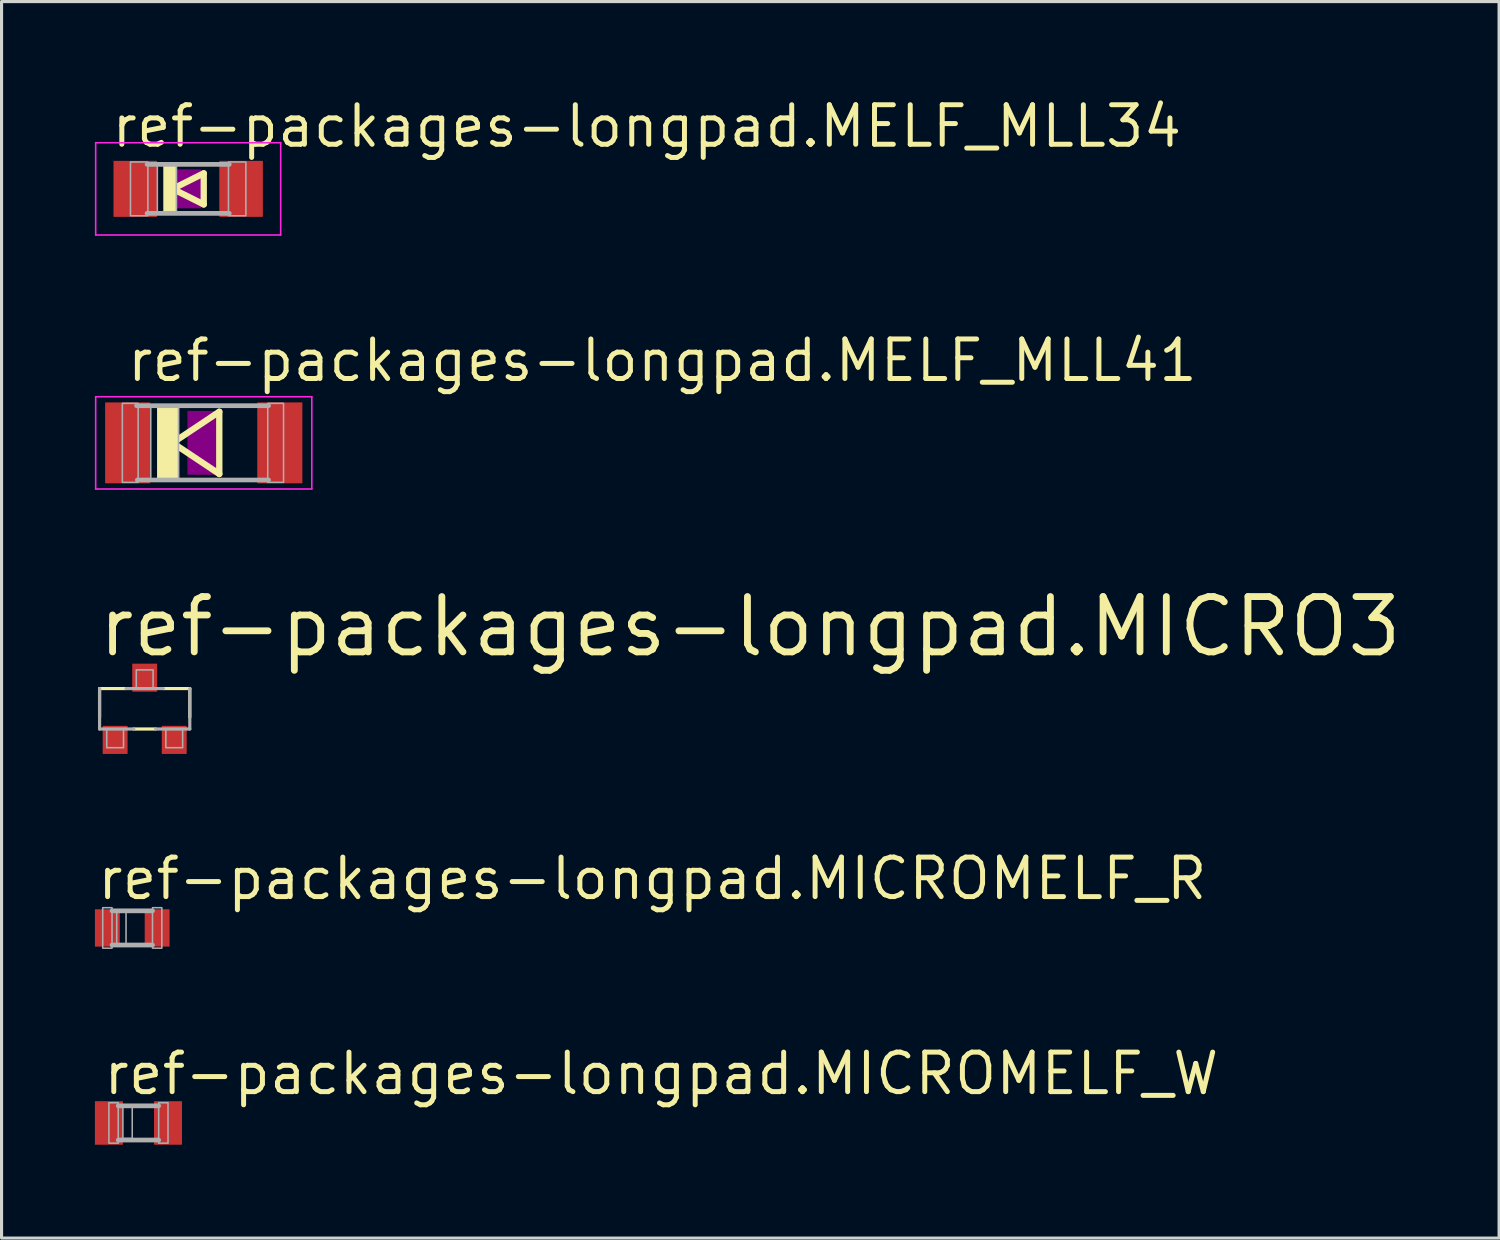
<source format=kicad_pcb>
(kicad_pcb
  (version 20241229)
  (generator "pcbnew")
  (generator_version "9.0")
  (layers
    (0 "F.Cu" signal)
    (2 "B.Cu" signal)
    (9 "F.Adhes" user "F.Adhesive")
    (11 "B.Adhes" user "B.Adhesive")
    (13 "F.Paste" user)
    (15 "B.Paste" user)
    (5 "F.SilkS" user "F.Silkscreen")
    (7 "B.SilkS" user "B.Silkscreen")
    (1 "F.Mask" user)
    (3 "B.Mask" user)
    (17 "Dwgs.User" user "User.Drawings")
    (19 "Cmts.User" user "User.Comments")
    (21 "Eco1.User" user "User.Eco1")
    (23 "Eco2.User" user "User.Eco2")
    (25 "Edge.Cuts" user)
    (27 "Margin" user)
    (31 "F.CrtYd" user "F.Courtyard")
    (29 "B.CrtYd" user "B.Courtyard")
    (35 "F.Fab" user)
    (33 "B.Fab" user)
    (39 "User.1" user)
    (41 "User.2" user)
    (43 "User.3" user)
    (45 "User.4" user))
  (footprint "ref-packages-longpad.MELF_MLL41"
    (layer "F.Cu")
    (at 3.498 11.183)
    (property "Reference" "ref-packages-longpad.MELF_MLL41" (at -2.54 -1.905 0) (layer "F.SilkS") (effects (font (size 1.27 1.27) (thickness 0.16)) (justify left bottom)))
    (attr smd)
    (fp_line (start -1 0) (end 0.5 1) (stroke (width 0.203) (type default)) (layer "F.SilkS"))
    (fp_line (start 0.5 -1) (end -1 0) (stroke (width 0.203) (type default)) (layer "F.SilkS"))
    (fp_line (start 0.5 1) (end 0.5 -1) (stroke (width 0.203) (type default)) (layer "F.SilkS"))
    (fp_rect (start -1.475 1.194) (end -0.813 -1.194) (stroke (width 0.05) (type default)) (fill yes) (layer "F.SilkS"))
    (fp_rect (start -0.5 1) (end 0.5 -1) (stroke (width 0.05) (type default)) (fill yes) (layer "F.Adhes"))
    (fp_line (start -3.473 -1.483) (end 3.473 -1.483) (stroke (width 0.051) (type default)) (layer "F.CrtYd"))
    (fp_line (start -3.473 1.483) (end -3.473 -1.483) (stroke (width 0.051) (type default)) (layer "F.CrtYd"))
    (fp_line (start 3.473 -1.483) (end 3.473 1.483) (stroke (width 0.051) (type default)) (layer "F.CrtYd"))
    (fp_line (start 3.473 1.483) (end -3.473 1.483) (stroke (width 0.051) (type default)) (layer "F.CrtYd"))
    (fp_line (start 2.083 -1.194) (end -2.159 -1.194) (stroke (width 0.152) (type default)) (layer "F.Fab"))
    (fp_line (start 2.083 1.194) (end -2.134 1.194) (stroke (width 0.152) (type default)) (layer "F.Fab"))
    (fp_rect (start -2.616 1.27) (end -2.108 -1.27) (stroke (width 0.05) (type default)) (fill no) (layer "F.Fab"))
    (fp_rect (start -1.702 1.194) (end -0.813 -1.194) (stroke (width 0.05) (type default)) (fill no) (layer "F.Fab"))
    (fp_rect (start 2.057 1.27) (end 2.565 -1.27) (stroke (width 0.05) (type default)) (fill no) (layer "F.Fab"))
    (pad "1" smd roundrect (at -2.445 0) (size 1.45 2.6) (layers "F.Cu" "F.Mask" "F.Paste") (roundrect_rratio 0.01))
    (pad "2" smd roundrect (at 2.445 0) (size 1.45 2.6) (layers "F.Cu" "F.Mask" "F.Paste") (roundrect_rratio 0.01)))
  (footprint "ref-packages-longpad.MICRO3"
    (layer "F.Cu")
    (at 1.6 19.73)
    (property "Reference" "ref-packages-longpad.MICRO3" (at -1.6 -1.6 0) (layer "F.SilkS") (effects (font (size 1.778 1.778) (thickness 0.22)) (justify left bottom)))
    (attr smd)
    (fp_line (start -1.45 -0.65) (end -0.6 -0.65) (stroke (width 0.102) (type default)) (layer "F.SilkS"))
    (fp_line (start -1.45 0.269) (end -1.45 -0.65) (stroke (width 0.102) (type default)) (layer "F.SilkS"))
    (fp_line (start 0.35 0.65) (end -0.35 0.65) (stroke (width 0.102) (type default)) (layer "F.SilkS"))
    (fp_line (start 0.6 -0.65) (end 1.45 -0.65) (stroke (width 0.102) (type default)) (layer "F.SilkS"))
    (fp_line (start 1.45 -0.65) (end 1.45 0.269) (stroke (width 0.102) (type default)) (layer "F.SilkS"))
    (fp_line (start -1.45 0.65) (end -1.45 -0.65) (stroke (width 0.102) (type default)) (layer "F.Fab"))
    (fp_line (start -0.6 -0.65) (end 0.6 -0.65) (stroke (width 0.102) (type default)) (layer "F.Fab"))
    (fp_line (start -0.35 0.65) (end -1.45 0.65) (stroke (width 0.102) (type default)) (layer "F.Fab"))
    (fp_line (start 1.45 -0.65) (end 1.45 0.65) (stroke (width 0.102) (type default)) (layer "F.Fab"))
    (fp_line (start 1.45 0.65) (end 0.35 0.65) (stroke (width 0.102) (type default)) (layer "F.Fab"))
    (fp_rect (start -1.22 1.25) (end -0.68 0.65) (stroke (width 0.05) (type default)) (fill no) (layer "F.Fab"))
    (fp_rect (start -0.27 -0.66) (end 0.27 -1.25) (stroke (width 0.05) (type default)) (fill no) (layer "F.Fab"))
    (fp_rect (start 0.68 1.25) (end 1.22 0.64) (stroke (width 0.05) (type default)) (fill no) (layer "F.Fab"))
    (pad "1" smd roundrect (at -0.95 1) (size 0.8 0.9) (layers "F.Cu" "F.Mask" "F.Paste") (roundrect_rratio 0.01))
    (pad "2" smd roundrect (at 0.95 1) (size 0.8 0.9) (layers "F.Cu" "F.Mask" "F.Paste") (roundrect_rratio 0.01))
    (pad "3" smd roundrect (at 0 -1) (size 0.8 0.9) (layers "F.Cu" "F.Mask" "F.Paste") (roundrect_rratio 0.01)))
  (footprint "ref-packages-longpad.MICROMELF_R"
    (layer "F.Cu")
    (at 1.201 26.773)
    (property "Reference" "ref-packages-longpad.MICROMELF_R" (at -1.201 -0.843 0) (layer "F.SilkS") (effects (font (size 1.27 1.27) (thickness 0.16)) (justify left bottom)))
    (attr smd)
    (fp_line (start -0.65 -0.55) (end 0.65 -0.55) (stroke (width 0.152) (type default)) (layer "F.Fab"))
    (fp_line (start -0.65 0.55) (end 0.65 0.55) (stroke (width 0.152) (type default)) (layer "F.Fab"))
    (fp_rect (start -0.95 0.65) (end -0.65 -0.65) (stroke (width 0.05) (type default)) (fill no) (layer "F.Fab"))
    (fp_rect (start -0.5 0.55) (end -0.2 -0.55) (stroke (width 0.05) (type default)) (fill no) (layer "F.Fab"))
    (fp_rect (start 0.65 0.65) (end 0.95 -0.65) (stroke (width 0.05) (type default)) (fill no) (layer "F.Fab"))
    (pad "A" smd roundrect (at 0.8 0) (size 0.8 1.2) (layers "F.Cu" "F.Mask" "F.Paste") (roundrect_rratio 0.01))
    (pad "C" smd roundrect (at -0.8 0) (size 0.8 1.2) (layers "F.Cu" "F.Mask" "F.Paste") (roundrect_rratio 0.01)))
  (footprint "ref-packages-longpad.MICROMELF_W"
    (layer "F.Cu")
    (at 1.4 33.041)
    (property "Reference" "ref-packages-longpad.MICROMELF_W" (at -1.201 -0.843 0) (layer "F.SilkS") (effects (font (size 1.27 1.27) (thickness 0.16)) (justify left bottom)))
    (attr smd)
    (fp_line (start -0.65 -0.55) (end 0.65 -0.55) (stroke (width 0.152) (type default)) (layer "F.Fab"))
    (fp_line (start -0.65 0.55) (end 0.65 0.55) (stroke (width 0.152) (type default)) (layer "F.Fab"))
    (fp_rect (start -0.95 0.65) (end -0.65 -0.65) (stroke (width 0.05) (type default)) (fill no) (layer "F.Fab"))
    (fp_rect (start -0.5 0.5) (end -0.2 -0.55) (stroke (width 0.05) (type default)) (fill no) (layer "F.Fab"))
    (fp_rect (start 0.65 0.65) (end 0.95 -0.65) (stroke (width 0.05) (type default)) (fill no) (layer "F.Fab"))
    (pad "A" smd roundrect (at 0.95 0) (size 0.9 1.4) (layers "F.Cu" "F.Mask" "F.Paste") (roundrect_rratio 0.01))
    (pad "C" smd roundrect (at -0.95 0) (size 0.9 1.4) (layers "F.Cu" "F.Mask" "F.Paste") (roundrect_rratio 0.01)))
  (footprint "ref-packages-longpad.MELF_MLL34"
    (layer "F.Cu")
    (at 2.998 3.02)
    (property "Reference" "ref-packages-longpad.MELF_MLL34" (at -2.54 -1.27 0) (layer "F.SilkS") (effects (font (size 1.27 1.27) (thickness 0.16)) (justify left bottom)))
    (attr smd)
    (fp_line (start -0.5 0) (end 0.5 0.5) (stroke (width 0.203) (type default)) (layer "F.SilkS"))
    (fp_line (start 0.5 -0.5) (end -0.5 0) (stroke (width 0.203) (type default)) (layer "F.SilkS"))
    (fp_line (start 0.5 0.5) (end 0.5 -0.5) (stroke (width 0.203) (type default)) (layer "F.SilkS"))
    (fp_rect (start -0.775 0.787) (end -0.381 -0.787) (stroke (width 0.05) (type default)) (fill yes) (layer "F.SilkS"))
    (fp_rect (start -0.5 0.6) (end 0.4 -0.6) (stroke (width 0.05) (type default)) (fill yes) (layer "F.Adhes"))
    (fp_line (start -2.973 -1.483) (end 2.973 -1.483) (stroke (width 0.051) (type default)) (layer "F.CrtYd"))
    (fp_line (start -2.973 1.483) (end -2.973 -1.483) (stroke (width 0.051) (type default)) (layer "F.CrtYd"))
    (fp_line (start 2.973 -1.483) (end 2.973 1.483) (stroke (width 0.051) (type default)) (layer "F.CrtYd"))
    (fp_line (start 2.973 1.483) (end -2.973 1.483) (stroke (width 0.051) (type default)) (layer "F.CrtYd"))
    (fp_line (start 1.321 -0.787) (end -1.321 -0.787) (stroke (width 0.152) (type default)) (layer "F.Fab"))
    (fp_line (start 1.321 0.787) (end -1.321 0.787) (stroke (width 0.152) (type default)) (layer "F.Fab"))
    (fp_rect (start -1.854 0.864) (end -1.295 -0.864) (stroke (width 0.05) (type default)) (fill no) (layer "F.Fab"))
    (fp_rect (start -0.991 0.787) (end -0.381 -0.787) (stroke (width 0.05) (type default)) (fill no) (layer "F.Fab"))
    (fp_rect (start 1.295 0.864) (end 1.854 -0.864) (stroke (width 0.05) (type default)) (fill no) (layer "F.Fab"))
    (pad "1" smd roundrect (at -1.7 0) (size 1.4 1.8) (layers "F.Cu" "F.Mask" "F.Paste") (roundrect_rratio 0.01))
    (pad "2" smd roundrect (at 1.7 0) (size 1.4 1.8) (layers "F.Cu" "F.Mask" "F.Paste") (roundrect_rratio 0.01)))
  (gr_rect
    (start -3 -3)
    (end 45.13 36.741)
    (stroke (width 0.1) (type default))
    (fill no)
    (layer "Edge.Cuts")))
</source>
